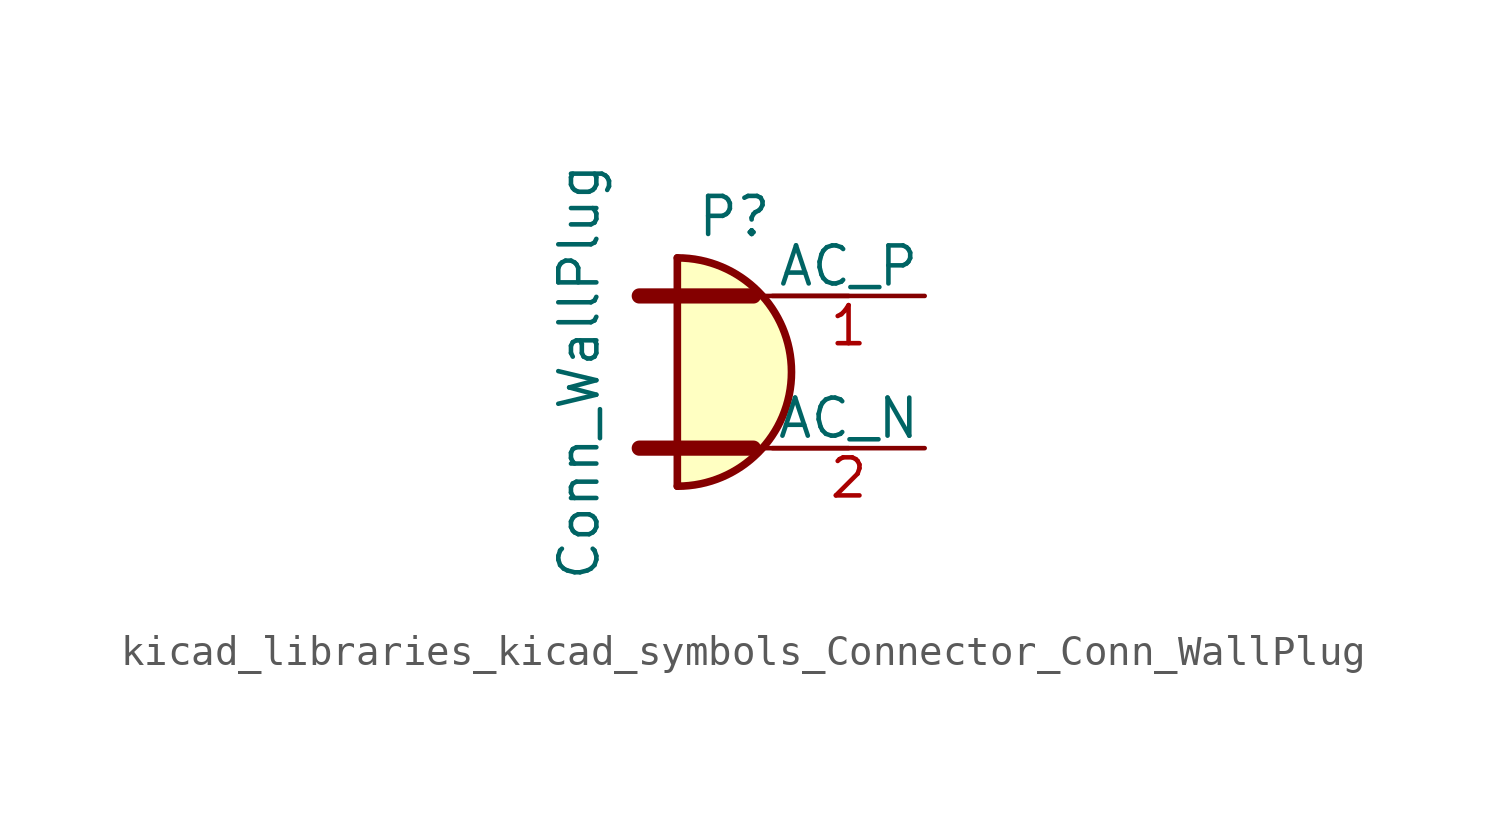
<source format=kicad_sym>
(kicad_symbol_lib
  (version 20220914)
  (generator kicad_symbol_editor)
  (symbol "kicad_libraries_kicad_symbols_Connector_Conn_WallPlug"
    (pin_names
      (offset 0))
    (property "Reference" "P"
      (at -1.27 4.445 0)
      (effects (font (size 1.27 1.27)) (justify bottom)))
    (property "Value" "Conn_WallPlug"
      (at -5.715 0 90)
      (effects (font (size 1.27 1.27)) (justify bottom)))
    (symbol "kicad_libraries_kicad_symbols_Connector_Conn_WallPlug_0_1"
      (arc (start -3.175 -3.81) (mid 0.6184 0) (end -3.175 3.81) (stroke (width 0.254) (type default)) (fill (type background)))
      (polyline (pts (xy -4.445 -2.54) (xy -0.635 -2.54)) (stroke (width 0.508) (type default)) (fill (type none)))
      (polyline (pts (xy -4.445 2.54) (xy -0.635 2.54)) (stroke (width 0.508) (type default)) (fill (type none)))
      (polyline (pts (xy -3.175 -3.81) (xy -3.175 3.81)) (stroke (width 0.254) (type default)) (fill (type none)))
      (polyline (pts (xy -0.635 -2.54) (xy 2.54 -2.54)) (stroke (width 0) (type default)) (fill (type none)))
      (polyline (pts (xy -0.635 2.54) (xy 2.54 2.54)) (stroke (width 0) (type default)) (fill (type none))))
    (symbol "kicad_libraries_kicad_symbols_Connector_Conn_WallPlug_1_1"
      (pin power_out line (at 5.08 2.54 180) (length 5.08) (name "AC_P" (effects (font (size 1.27 1.27)))) (number "1" (effects (font (size 1.27 1.27)))))
      (pin power_out line (at 5.08 -2.54 180) (length 5.08) (name "AC_N" (effects (font (size 1.27 1.27)))) (number "2" (effects (font (size 1.27 1.27))))))))
</source>
